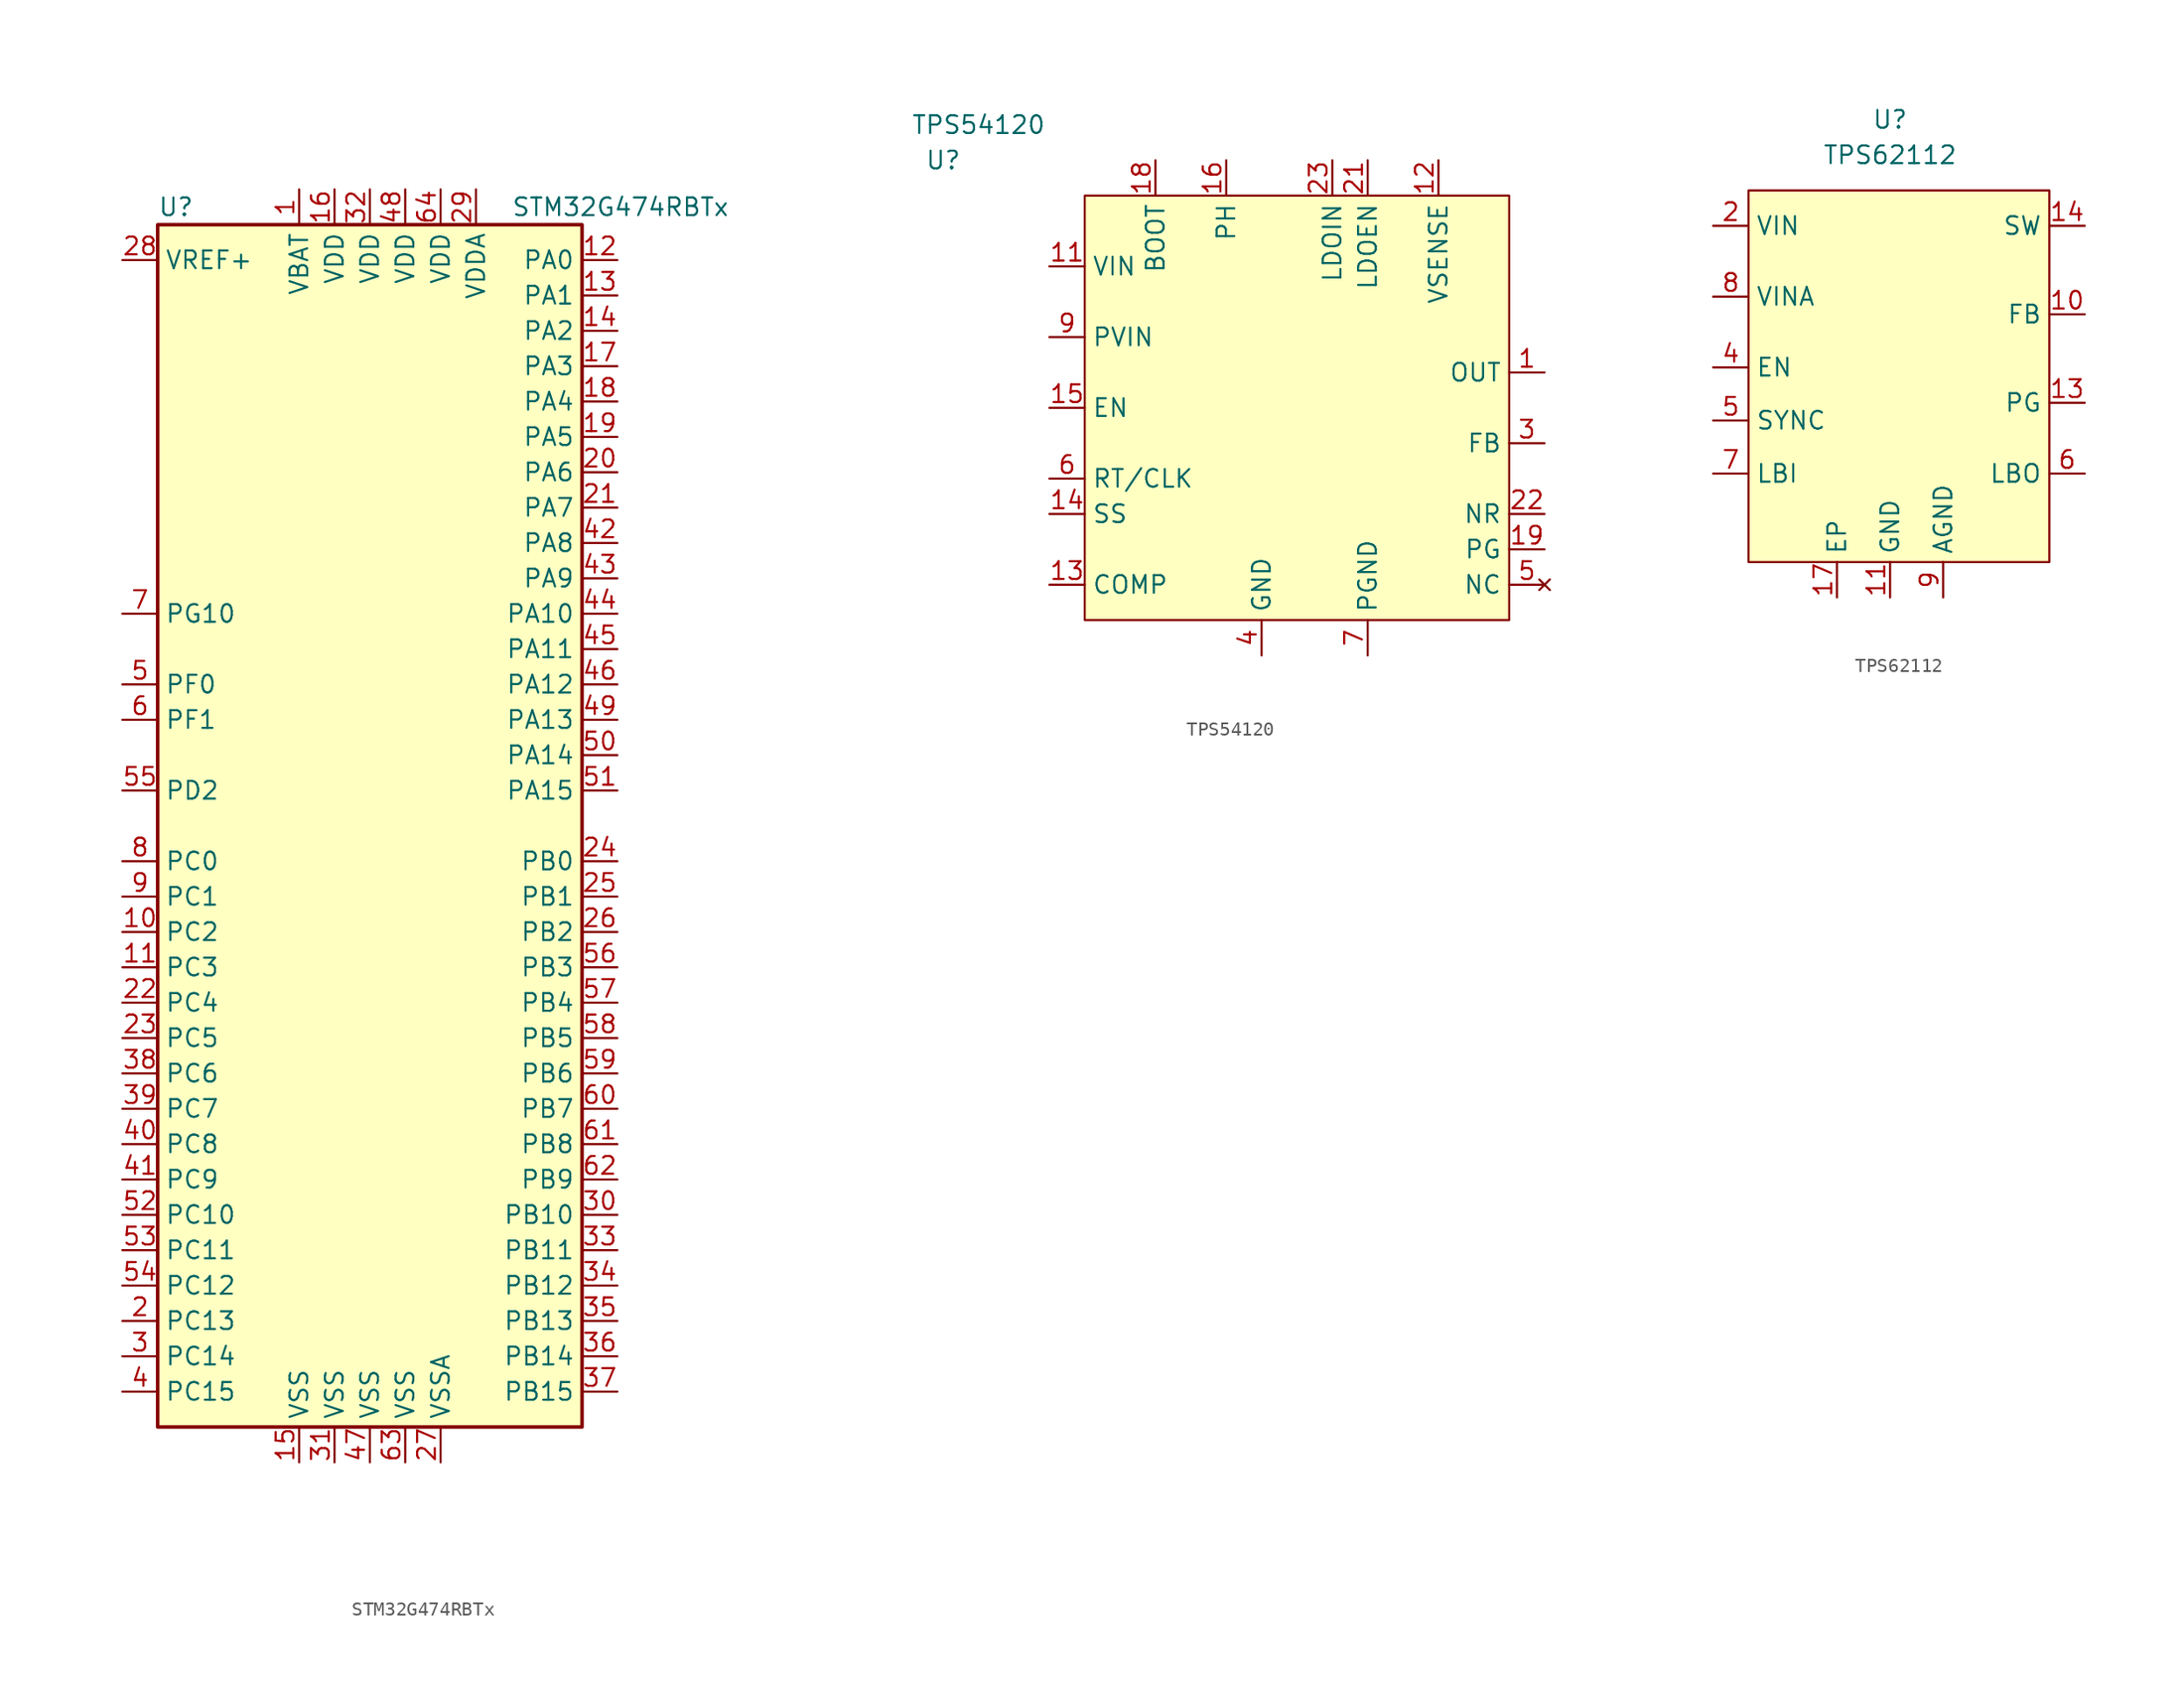
<source format=kicad_sym>
(kicad_symbol_lib
  (version 20211014)
  (generator kicad_symbol_editor)
  (symbol "STM32G474RBTx"
    (property "Reference" "U"
      (at -15.24 44.45 0)
      (effects (font (size 1.27 1.27)) (justify left)))
    (property "Value" "STM32G474RBTx"
      (at 10.16 44.45 0)
      (effects (font (size 1.27 1.27)) (justify left)))
    (property "ki_locked" ""
      (at 0 0 0)
      (effects (font (size 1.27 1.27))))
    (symbol "STM32G474RBTx_0_1"
      (rectangle (start -15.24 -43.18) (end 15.24 43.18) (stroke (width 0.254) (type default) (color 0 0 0 0)) (fill (type background))))
    (symbol "STM32G474RBTx_1_1"
      (pin power_in line (at -5.08 45.72 270) (length 2.54) (name "VBAT" (effects (font (size 1.27 1.27)))) (number "1" (effects (font (size 1.27 1.27)))))
      (pin bidirectional line (at -17.78 -7.62 0) (length 2.54) (name "PC2" (effects (font (size 1.27 1.27)))) (number "10" (effects (font (size 1.27 1.27)))))
      (pin bidirectional line (at -17.78 -10.16 0) (length 2.54) (name "PC3" (effects (font (size 1.27 1.27)))) (number "11" (effects (font (size 1.27 1.27)))))
      (pin bidirectional line (at 17.78 40.64 180) (length 2.54) (name "PA0" (effects (font (size 1.27 1.27)))) (number "12" (effects (font (size 1.27 1.27)))))
      (pin bidirectional line (at 17.78 38.1 180) (length 2.54) (name "PA1" (effects (font (size 1.27 1.27)))) (number "13" (effects (font (size 1.27 1.27)))))
      (pin bidirectional line (at 17.78 35.56 180) (length 2.54) (name "PA2" (effects (font (size 1.27 1.27)))) (number "14" (effects (font (size 1.27 1.27)))))
      (pin power_in line (at -5.08 -45.72 90) (length 2.54) (name "VSS" (effects (font (size 1.27 1.27)))) (number "15" (effects (font (size 1.27 1.27)))))
      (pin power_in line (at -2.54 45.72 270) (length 2.54) (name "VDD" (effects (font (size 1.27 1.27)))) (number "16" (effects (font (size 1.27 1.27)))))
      (pin bidirectional line (at 17.78 33.02 180) (length 2.54) (name "PA3" (effects (font (size 1.27 1.27)))) (number "17" (effects (font (size 1.27 1.27)))))
      (pin bidirectional line (at 17.78 30.48 180) (length 2.54) (name "PA4" (effects (font (size 1.27 1.27)))) (number "18" (effects (font (size 1.27 1.27)))))
      (pin bidirectional line (at 17.78 27.94 180) (length 2.54) (name "PA5" (effects (font (size 1.27 1.27)))) (number "19" (effects (font (size 1.27 1.27)))))
      (pin bidirectional line (at -17.78 -35.56 0) (length 2.54) (name "PC13" (effects (font (size 1.27 1.27)))) (number "2" (effects (font (size 1.27 1.27)))))
      (pin bidirectional line (at 17.78 25.4 180) (length 2.54) (name "PA6" (effects (font (size 1.27 1.27)))) (number "20" (effects (font (size 1.27 1.27)))))
      (pin bidirectional line (at 17.78 22.86 180) (length 2.54) (name "PA7" (effects (font (size 1.27 1.27)))) (number "21" (effects (font (size 1.27 1.27)))))
      (pin bidirectional line (at -17.78 -12.7 0) (length 2.54) (name "PC4" (effects (font (size 1.27 1.27)))) (number "22" (effects (font (size 1.27 1.27)))))
      (pin bidirectional line (at -17.78 -15.24 0) (length 2.54) (name "PC5" (effects (font (size 1.27 1.27)))) (number "23" (effects (font (size 1.27 1.27)))))
      (pin bidirectional line (at 17.78 -2.54 180) (length 2.54) (name "PB0" (effects (font (size 1.27 1.27)))) (number "24" (effects (font (size 1.27 1.27)))))
      (pin bidirectional line (at 17.78 -5.08 180) (length 2.54) (name "PB1" (effects (font (size 1.27 1.27)))) (number "25" (effects (font (size 1.27 1.27)))))
      (pin bidirectional line (at 17.78 -7.62 180) (length 2.54) (name "PB2" (effects (font (size 1.27 1.27)))) (number "26" (effects (font (size 1.27 1.27)))))
      (pin power_in line (at 5.08 -45.72 90) (length 2.54) (name "VSSA" (effects (font (size 1.27 1.27)))) (number "27" (effects (font (size 1.27 1.27)))))
      (pin bidirectional line (at -17.78 40.64 0) (length 2.54) (name "VREF+" (effects (font (size 1.27 1.27)))) (number "28" (effects (font (size 1.27 1.27)))))
      (pin power_in line (at 7.62 45.72 270) (length 2.54) (name "VDDA" (effects (font (size 1.27 1.27)))) (number "29" (effects (font (size 1.27 1.27)))))
      (pin bidirectional line (at -17.78 -38.1 0) (length 2.54) (name "PC14" (effects (font (size 1.27 1.27)))) (number "3" (effects (font (size 1.27 1.27)))))
      (pin bidirectional line (at 17.78 -27.94 180) (length 2.54) (name "PB10" (effects (font (size 1.27 1.27)))) (number "30" (effects (font (size 1.27 1.27)))))
      (pin power_in line (at -2.54 -45.72 90) (length 2.54) (name "VSS" (effects (font (size 1.27 1.27)))) (number "31" (effects (font (size 1.27 1.27)))))
      (pin power_in line (at 0 45.72 270) (length 2.54) (name "VDD" (effects (font (size 1.27 1.27)))) (number "32" (effects (font (size 1.27 1.27)))))
      (pin bidirectional line (at 17.78 -30.48 180) (length 2.54) (name "PB11" (effects (font (size 1.27 1.27)))) (number "33" (effects (font (size 1.27 1.27)))))
      (pin bidirectional line (at 17.78 -33.02 180) (length 2.54) (name "PB12" (effects (font (size 1.27 1.27)))) (number "34" (effects (font (size 1.27 1.27)))))
      (pin bidirectional line (at 17.78 -35.56 180) (length 2.54) (name "PB13" (effects (font (size 1.27 1.27)))) (number "35" (effects (font (size 1.27 1.27)))))
      (pin bidirectional line (at 17.78 -38.1 180) (length 2.54) (name "PB14" (effects (font (size 1.27 1.27)))) (number "36" (effects (font (size 1.27 1.27)))))
      (pin bidirectional line (at 17.78 -40.64 180) (length 2.54) (name "PB15" (effects (font (size 1.27 1.27)))) (number "37" (effects (font (size 1.27 1.27)))))
      (pin bidirectional line (at -17.78 -17.78 0) (length 2.54) (name "PC6" (effects (font (size 1.27 1.27)))) (number "38" (effects (font (size 1.27 1.27)))))
      (pin bidirectional line (at -17.78 -20.32 0) (length 2.54) (name "PC7" (effects (font (size 1.27 1.27)))) (number "39" (effects (font (size 1.27 1.27)))))
      (pin bidirectional line (at -17.78 -40.64 0) (length 2.54) (name "PC15" (effects (font (size 1.27 1.27)))) (number "4" (effects (font (size 1.27 1.27)))))
      (pin bidirectional line (at -17.78 -22.86 0) (length 2.54) (name "PC8" (effects (font (size 1.27 1.27)))) (number "40" (effects (font (size 1.27 1.27)))))
      (pin bidirectional line (at -17.78 -25.4 0) (length 2.54) (name "PC9" (effects (font (size 1.27 1.27)))) (number "41" (effects (font (size 1.27 1.27)))))
      (pin bidirectional line (at 17.78 20.32 180) (length 2.54) (name "PA8" (effects (font (size 1.27 1.27)))) (number "42" (effects (font (size 1.27 1.27)))))
      (pin bidirectional line (at 17.78 17.78 180) (length 2.54) (name "PA9" (effects (font (size 1.27 1.27)))) (number "43" (effects (font (size 1.27 1.27)))))
      (pin bidirectional line (at 17.78 15.24 180) (length 2.54) (name "PA10" (effects (font (size 1.27 1.27)))) (number "44" (effects (font (size 1.27 1.27)))))
      (pin bidirectional line (at 17.78 12.7 180) (length 2.54) (name "PA11" (effects (font (size 1.27 1.27)))) (number "45" (effects (font (size 1.27 1.27)))))
      (pin bidirectional line (at 17.78 10.16 180) (length 2.54) (name "PA12" (effects (font (size 1.27 1.27)))) (number "46" (effects (font (size 1.27 1.27)))))
      (pin power_in line (at 0 -45.72 90) (length 2.54) (name "VSS" (effects (font (size 1.27 1.27)))) (number "47" (effects (font (size 1.27 1.27)))))
      (pin power_in line (at 2.54 45.72 270) (length 2.54) (name "VDD" (effects (font (size 1.27 1.27)))) (number "48" (effects (font (size 1.27 1.27)))))
      (pin bidirectional line (at 17.78 7.62 180) (length 2.54) (name "PA13" (effects (font (size 1.27 1.27)))) (number "49" (effects (font (size 1.27 1.27)))))
      (pin input line (at -17.78 10.16 0) (length 2.54) (name "PF0" (effects (font (size 1.27 1.27)))) (number "5" (effects (font (size 1.27 1.27)))))
      (pin bidirectional line (at 17.78 5.08 180) (length 2.54) (name "PA14" (effects (font (size 1.27 1.27)))) (number "50" (effects (font (size 1.27 1.27)))))
      (pin bidirectional line (at 17.78 2.54 180) (length 2.54) (name "PA15" (effects (font (size 1.27 1.27)))) (number "51" (effects (font (size 1.27 1.27)))))
      (pin bidirectional line (at -17.78 -27.94 0) (length 2.54) (name "PC10" (effects (font (size 1.27 1.27)))) (number "52" (effects (font (size 1.27 1.27)))))
      (pin bidirectional line (at -17.78 -30.48 0) (length 2.54) (name "PC11" (effects (font (size 1.27 1.27)))) (number "53" (effects (font (size 1.27 1.27)))))
      (pin bidirectional line (at -17.78 -33.02 0) (length 2.54) (name "PC12" (effects (font (size 1.27 1.27)))) (number "54" (effects (font (size 1.27 1.27)))))
      (pin bidirectional line (at -17.78 2.54 0) (length 2.54) (name "PD2" (effects (font (size 1.27 1.27)))) (number "55" (effects (font (size 1.27 1.27)))))
      (pin bidirectional line (at 17.78 -10.16 180) (length 2.54) (name "PB3" (effects (font (size 1.27 1.27)))) (number "56" (effects (font (size 1.27 1.27)))))
      (pin bidirectional line (at 17.78 -12.7 180) (length 2.54) (name "PB4" (effects (font (size 1.27 1.27)))) (number "57" (effects (font (size 1.27 1.27)))))
      (pin bidirectional line (at 17.78 -15.24 180) (length 2.54) (name "PB5" (effects (font (size 1.27 1.27)))) (number "58" (effects (font (size 1.27 1.27)))))
      (pin bidirectional line (at 17.78 -17.78 180) (length 2.54) (name "PB6" (effects (font (size 1.27 1.27)))) (number "59" (effects (font (size 1.27 1.27)))))
      (pin input line (at -17.78 7.62 0) (length 2.54) (name "PF1" (effects (font (size 1.27 1.27)))) (number "6" (effects (font (size 1.27 1.27)))))
      (pin bidirectional line (at 17.78 -20.32 180) (length 2.54) (name "PB7" (effects (font (size 1.27 1.27)))) (number "60" (effects (font (size 1.27 1.27)))))
      (pin bidirectional line (at 17.78 -22.86 180) (length 2.54) (name "PB8" (effects (font (size 1.27 1.27)))) (number "61" (effects (font (size 1.27 1.27)))))
      (pin bidirectional line (at 17.78 -25.4 180) (length 2.54) (name "PB9" (effects (font (size 1.27 1.27)))) (number "62" (effects (font (size 1.27 1.27)))))
      (pin power_in line (at 2.54 -45.72 90) (length 2.54) (name "VSS" (effects (font (size 1.27 1.27)))) (number "63" (effects (font (size 1.27 1.27)))))
      (pin power_in line (at 5.08 45.72 270) (length 2.54) (name "VDD" (effects (font (size 1.27 1.27)))) (number "64" (effects (font (size 1.27 1.27)))))
      (pin bidirectional line (at -17.78 15.24 0) (length 2.54) (name "PG10" (effects (font (size 1.27 1.27)))) (number "7" (effects (font (size 1.27 1.27)))))
      (pin bidirectional line (at -17.78 -2.54 0) (length 2.54) (name "PC0" (effects (font (size 1.27 1.27)))) (number "8" (effects (font (size 1.27 1.27)))))
      (pin bidirectional line (at -17.78 -5.08 0) (length 2.54) (name "PC1" (effects (font (size 1.27 1.27)))) (number "9" (effects (font (size 1.27 1.27)))))))
  (symbol "TPS54120"
    (property "Reference" "U"
      (at -15.24 5.08 0)
      (effects (font (size 1.27 1.27))))
    (property "Value" "TPS54120"
      (at -12.7 7.62 0)
      (effects (font (size 1.27 1.27))))
    (symbol "TPS54120_0_1"
      (rectangle (start -5.08 2.54) (end 25.4 -27.94) (stroke (width 0) (type default) (color 0 0 0 0)) (fill (type background))))
    (symbol "TPS54120_1_1"
      (pin power_out line (at 27.94 -10.16 180) (length 2.54) (name "OUT" (effects (font (size 1.27 1.27)))) (number "1" (effects (font (size 1.27 1.27)))))
      (pin power_in line (at -7.62 -7.62 0) (length 2.54) hide (name "PVIN" (effects (font (size 1.27 1.27)))) (number "10" (effects (font (size 1.27 1.27)))))
      (pin power_in line (at -7.62 -2.54 0) (length 2.54) (name "VIN" (effects (font (size 1.27 1.27)))) (number "11" (effects (font (size 1.27 1.27)))))
      (pin input line (at 20.32 5.08 270) (length 2.54) (name "VSENSE" (effects (font (size 1.27 1.27)))) (number "12" (effects (font (size 1.27 1.27)))))
      (pin input line (at -7.62 -25.4 0) (length 2.54) (name "COMP" (effects (font (size 1.27 1.27)))) (number "13" (effects (font (size 1.27 1.27)))))
      (pin input line (at -7.62 -20.32 0) (length 2.54) (name "SS" (effects (font (size 1.27 1.27)))) (number "14" (effects (font (size 1.27 1.27)))))
      (pin input line (at -7.62 -12.7 0) (length 2.54) (name "EN" (effects (font (size 1.27 1.27)))) (number "15" (effects (font (size 1.27 1.27)))))
      (pin power_out line (at 5.08 5.08 270) (length 2.54) (name "PH" (effects (font (size 1.27 1.27)))) (number "16" (effects (font (size 1.27 1.27)))))
      (pin power_out line (at 5.08 5.08 270) (length 2.54) hide (name "PH" (effects (font (size 1.27 1.27)))) (number "17" (effects (font (size 1.27 1.27)))))
      (pin input line (at 0 5.08 270) (length 2.54) (name "BOOT" (effects (font (size 1.27 1.27)))) (number "18" (effects (font (size 1.27 1.27)))))
      (pin output line (at 27.94 -22.86 180) (length 2.54) (name "PG" (effects (font (size 1.27 1.27)))) (number "19" (effects (font (size 1.27 1.27)))))
      (pin power_out line (at 27.94 -10.16 180) (length 2.54) hide (name "OUT" (effects (font (size 1.27 1.27)))) (number "2" (effects (font (size 1.27 1.27)))))
      (pin no_connect line (at 27.94 -25.4 180) (length 2.54) hide (name "NC" (effects (font (size 1.27 1.27)))) (number "20" (effects (font (size 1.27 1.27)))))
      (pin input line (at 15.24 5.08 270) (length 2.54) (name "LDOEN" (effects (font (size 1.27 1.27)))) (number "21" (effects (font (size 1.27 1.27)))))
      (pin output line (at 27.94 -20.32 180) (length 2.54) (name "NR" (effects (font (size 1.27 1.27)))) (number "22" (effects (font (size 1.27 1.27)))))
      (pin power_in line (at 12.7 5.08 270) (length 2.54) (name "LDOIN" (effects (font (size 1.27 1.27)))) (number "23" (effects (font (size 1.27 1.27)))))
      (pin power_in line (at 12.7 5.08 270) (length 2.54) hide (name "LDOIN" (effects (font (size 1.27 1.27)))) (number "24" (effects (font (size 1.27 1.27)))))
      (pin input line (at 27.94 -15.24 180) (length 2.54) (name "FB" (effects (font (size 1.27 1.27)))) (number "3" (effects (font (size 1.27 1.27)))))
      (pin power_in line (at 7.62 -30.48 90) (length 2.54) (name "GND" (effects (font (size 1.27 1.27)))) (number "4" (effects (font (size 1.27 1.27)))))
      (pin no_connect line (at 27.94 -25.4 180) (length 2.54) (name "NC" (effects (font (size 1.27 1.27)))) (number "5" (effects (font (size 1.27 1.27)))))
      (pin input line (at -7.62 -17.78 0) (length 2.54) (name "RT/CLK" (effects (font (size 1.27 1.27)))) (number "6" (effects (font (size 1.27 1.27)))))
      (pin power_in line (at 15.24 -30.48 90) (length 2.54) (name "PGND" (effects (font (size 1.27 1.27)))) (number "7" (effects (font (size 1.27 1.27)))))
      (pin power_in line (at 15.24 -30.48 90) (length 2.54) hide (name "PGND" (effects (font (size 1.27 1.27)))) (number "8" (effects (font (size 1.27 1.27)))))
      (pin power_in line (at -7.62 -7.62 0) (length 2.54) (name "PVIN" (effects (font (size 1.27 1.27)))) (number "9" (effects (font (size 1.27 1.27)))))))
  (symbol "TPS62112"
    (property "Reference" "U"
      (at 0 5.08 0)
      (effects (font (size 1.27 1.27))))
    (property "Value" "TPS62112"
      (at 0 2.54 0)
      (effects (font (size 1.27 1.27))))
    (symbol "TPS62112_0_0"
      (pin input line (at 13.97 -8.89 180) (length 2.54) (name "FB" (effects (font (size 1.27 1.27)))) (number "10" (effects (font (size 1.27 1.27)))))
      (pin power_in line (at 0 -29.21 90) (length 2.54) (name "GND" (effects (font (size 1.27 1.27)))) (number "11" (effects (font (size 1.27 1.27)))))
      (pin power_in line (at 0 -29.21 90) (length 2.54) hide (name "GND" (effects (font (size 1.27 1.27)))) (number "12" (effects (font (size 1.27 1.27)))))
      (pin open_collector line (at 13.97 -15.24 180) (length 2.54) (name "PG" (effects (font (size 1.27 1.27)))) (number "13" (effects (font (size 1.27 1.27)))))
      (pin power_out line (at 13.97 -2.54 180) (length 2.54) (name "SW" (effects (font (size 1.27 1.27)))) (number "14" (effects (font (size 1.27 1.27)))))
      (pin power_out line (at 13.97 -2.54 180) (length 2.54) hide (name "SW" (effects (font (size 1.27 1.27)))) (number "15" (effects (font (size 1.27 1.27)))))
      (pin power_in line (at 0 -29.21 90) (length 2.54) hide (name "PGND" (effects (font (size 1.27 1.27)))) (number "16" (effects (font (size 1.27 1.27)))))
      (pin power_in line (at -3.81 -29.21 90) (length 2.54) (name "EP" (effects (font (size 1.27 1.27)))) (number "17" (effects (font (size 1.27 1.27)))))
      (pin power_in line (at -12.7 -2.54 0) (length 2.54) (name "VIN" (effects (font (size 1.27 1.27)))) (number "2" (effects (font (size 1.27 1.27)))))
      (pin power_in line (at -12.7 -2.54 0) (length 2.54) hide (name "VIN" (effects (font (size 1.27 1.27)))) (number "3" (effects (font (size 1.27 1.27)))))
      (pin input line (at -12.7 -12.7 0) (length 2.54) (name "EN" (effects (font (size 1.27 1.27)))) (number "4" (effects (font (size 1.27 1.27)))))
      (pin input line (at -12.7 -16.51 0) (length 2.54) (name "SYNC" (effects (font (size 1.27 1.27)))) (number "5" (effects (font (size 1.27 1.27)))))
      (pin open_collector line (at 13.97 -20.32 180) (length 2.54) (name "LBO" (effects (font (size 1.27 1.27)))) (number "6" (effects (font (size 1.27 1.27)))))
      (pin input line (at -12.7 -20.32 0) (length 2.54) (name "LBI" (effects (font (size 1.27 1.27)))) (number "7" (effects (font (size 1.27 1.27)))))
      (pin power_in line (at -12.7 -7.62 0) (length 2.54) (name "VINA" (effects (font (size 1.27 1.27)))) (number "8" (effects (font (size 1.27 1.27)))))
      (pin power_in line (at 3.81 -29.21 90) (length 2.54) (name "AGND" (effects (font (size 1.27 1.27)))) (number "9" (effects (font (size 1.27 1.27))))))
    (symbol "TPS62112_0_1"
      (rectangle (start -10.16 0) (end 11.43 -26.67) (stroke (width 0.152) (type default) (color 0 0 0 0)) (fill (type background))))
    (symbol "TPS62112_1_1"
      (pin power_in line (at 0 -29.21 90) (length 2.54) hide (name "PGND" (effects (font (size 1.27 1.27)))) (number "1" (effects (font (size 1.27 1.27))))))))
</source>
